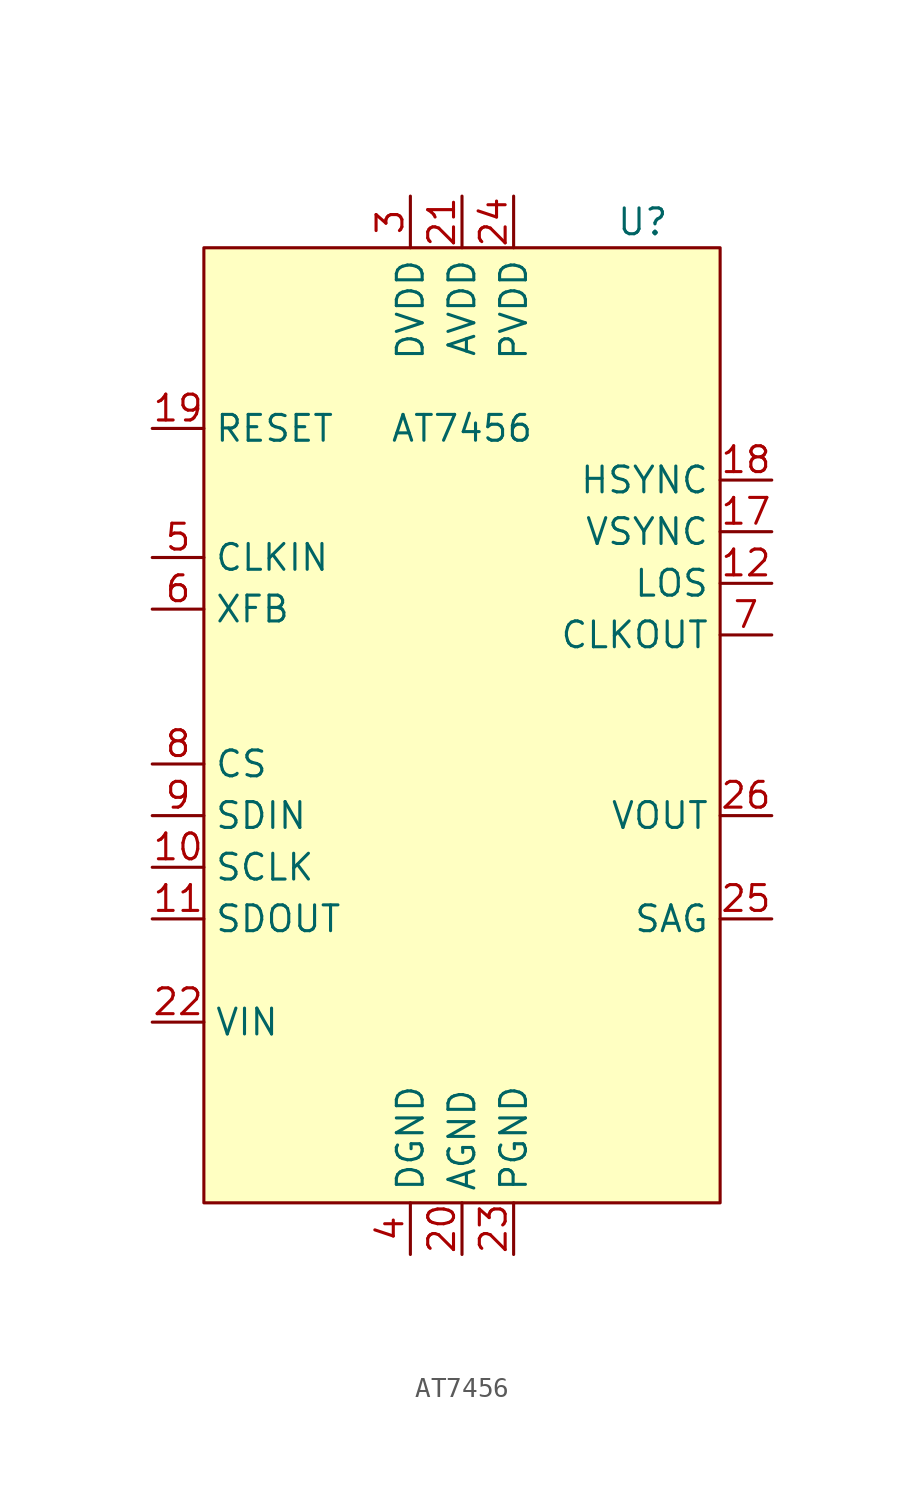
<source format=kicad_sym>
(kicad_symbol_lib
  (version 20231120)
  (generator "kicad_symbol_editor")
  (generator_version "8.0")
  (symbol "AT7456"
    (property "Reference" "U"
      (at 8.89 25.4 0)
      (effects (font (size 1.27 1.27))))
    (property "Value" "AT7456"
      (at 0 15.24 0)
      (effects (font (size 1.27 1.27))))
    (symbol "AT7456_1_1"
      (rectangle (start -12.7 24.13) (end 12.7 -22.86) (stroke (width 0) (type default)) (fill (type background)))
      (pin input line (at -15.24 -6.35 0) (length 2.54) (name "SCLK" (effects (font (size 1.27 1.27)))) (number "10" (effects (font (size 1.27 1.27)))))
      (pin input line (at -15.24 -8.89 0) (length 2.54) (name "SDOUT" (effects (font (size 1.27 1.27)))) (number "11" (effects (font (size 1.27 1.27)))))
      (pin input line (at 15.24 7.62 180) (length 2.54) (name "LOS" (effects (font (size 1.27 1.27)))) (number "12" (effects (font (size 1.27 1.27)))))
      (pin input line (at 15.24 10.16 180) (length 2.54) (name "VSYNC" (effects (font (size 1.27 1.27)))) (number "17" (effects (font (size 1.27 1.27)))))
      (pin input line (at 15.24 12.7 180) (length 2.54) (name "HSYNC" (effects (font (size 1.27 1.27)))) (number "18" (effects (font (size 1.27 1.27)))))
      (pin input line (at -15.24 15.24 0) (length 2.54) (name "RESET" (effects (font (size 1.27 1.27)))) (number "19" (effects (font (size 1.27 1.27)))))
      (pin input line (at 0 -25.4 90) (length 2.54) (name "AGND" (effects (font (size 1.27 1.27)))) (number "20" (effects (font (size 1.27 1.27)))))
      (pin input line (at 0 26.67 270) (length 2.54) (name "AVDD" (effects (font (size 1.27 1.27)))) (number "21" (effects (font (size 1.27 1.27)))))
      (pin input line (at -15.24 -13.97 0) (length 2.54) (name "VIN" (effects (font (size 1.27 1.27)))) (number "22" (effects (font (size 1.27 1.27)))))
      (pin input line (at 2.54 -25.4 90) (length 2.54) (name "PGND" (effects (font (size 1.27 1.27)))) (number "23" (effects (font (size 1.27 1.27)))))
      (pin input line (at 2.54 26.67 270) (length 2.54) (name "PVDD" (effects (font (size 1.27 1.27)))) (number "24" (effects (font (size 1.27 1.27)))))
      (pin input line (at 15.24 -8.89 180) (length 2.54) (name "SAG" (effects (font (size 1.27 1.27)))) (number "25" (effects (font (size 1.27 1.27)))))
      (pin input line (at 15.24 -3.81 180) (length 2.54) (name "VOUT" (effects (font (size 1.27 1.27)))) (number "26" (effects (font (size 1.27 1.27)))))
      (pin input line (at -2.54 26.67 270) (length 2.54) (name "DVDD" (effects (font (size 1.27 1.27)))) (number "3" (effects (font (size 1.27 1.27)))))
      (pin input line (at -2.54 -25.4 90) (length 2.54) (name "DGND" (effects (font (size 1.27 1.27)))) (number "4" (effects (font (size 1.27 1.27)))))
      (pin input line (at -15.24 8.89 0) (length 2.54) (name "CLKIN" (effects (font (size 1.27 1.27)))) (number "5" (effects (font (size 1.27 1.27)))))
      (pin input line (at -15.24 6.35 0) (length 2.54) (name "XFB" (effects (font (size 1.27 1.27)))) (number "6" (effects (font (size 1.27 1.27)))))
      (pin input line (at 15.24 5.08 180) (length 2.54) (name "CLKOUT" (effects (font (size 1.27 1.27)))) (number "7" (effects (font (size 1.27 1.27)))))
      (pin input line (at -15.24 -1.27 0) (length 2.54) (name "CS" (effects (font (size 1.27 1.27)))) (number "8" (effects (font (size 1.27 1.27)))))
      (pin input line (at -15.24 -3.81 0) (length 2.54) (name "SDIN" (effects (font (size 1.27 1.27)))) (number "9" (effects (font (size 1.27 1.27))))))))
</source>
